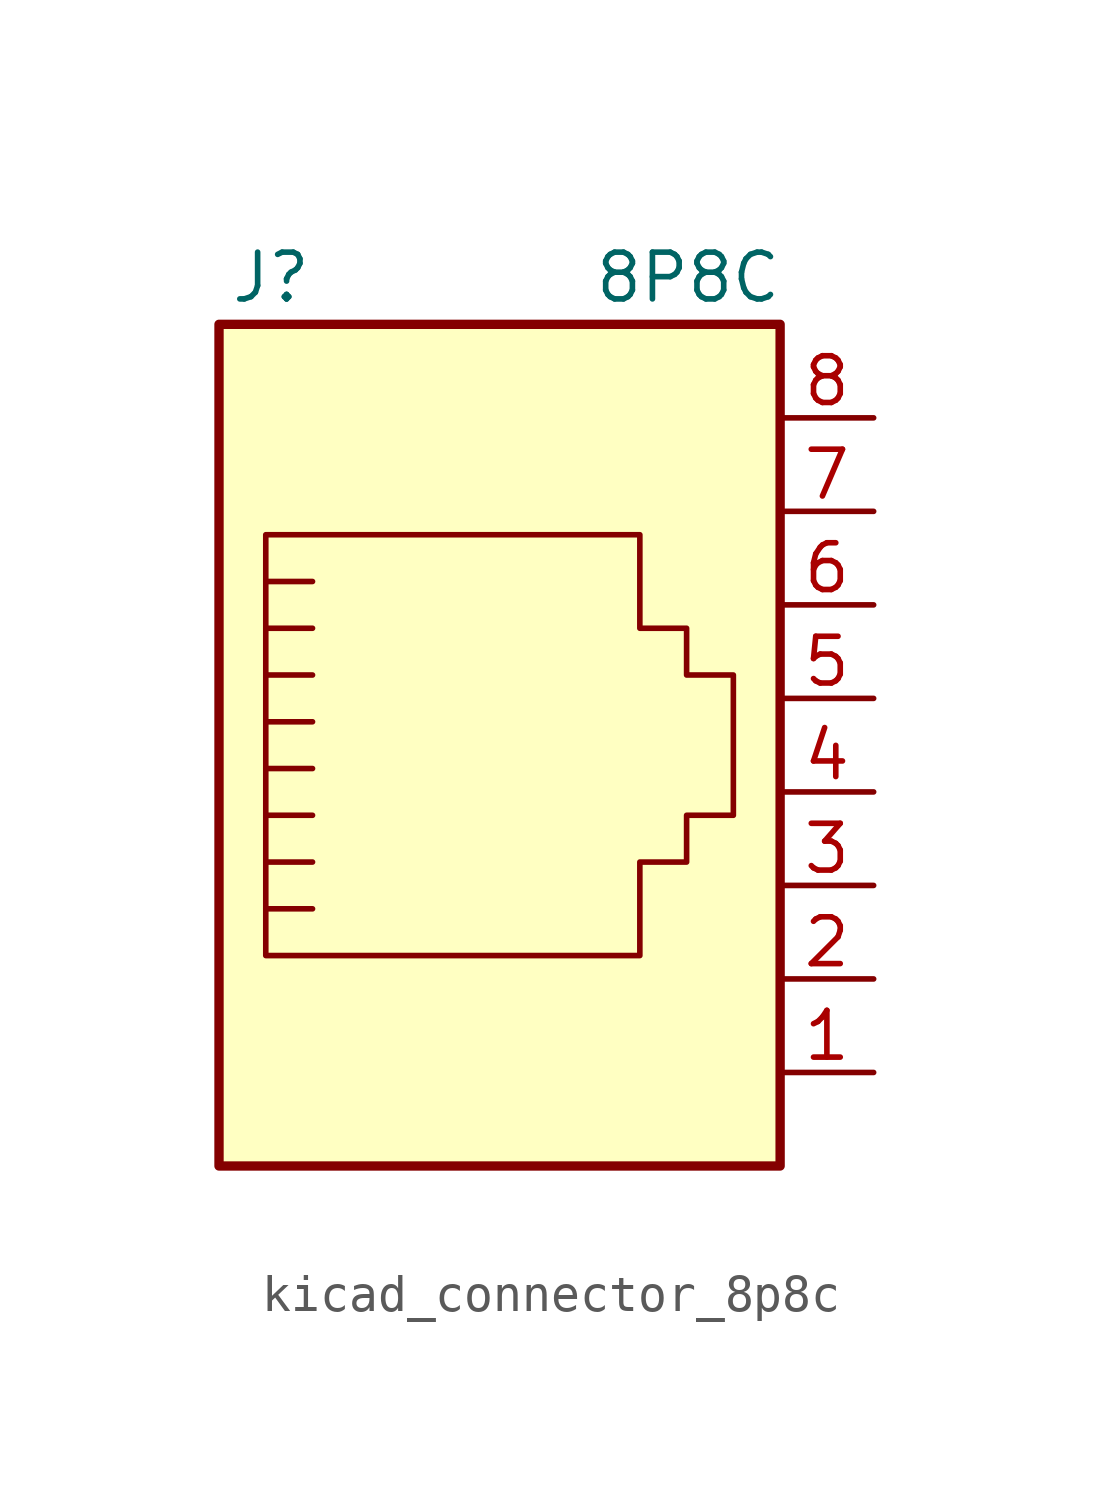
<source format=kicad_sym>
(kicad_symbol_lib
  (version 20220914)
  (generator kicad_symbol_editor)
  (symbol "kicad_connector_8p8c"
    (pin_names
      (offset 1.016))
    (property "Reference" "J"
      (at -5.08 13.97 0)
      (effects (font (size 1.27 1.27)) (justify right)))
    (property "Value" "8P8C"
      (at 2.54 13.97 0)
      (effects (font (size 1.27 1.27)) (justify left)))
    (symbol "kicad_connector_8p8c_0_1"
      (polyline (pts (xy -5.08 4.445) (xy -6.35 4.445)) (stroke (width 0) (type default)) (fill (type none)))
      (polyline (pts (xy -5.08 5.715) (xy -6.35 5.715)) (stroke (width 0) (type default)) (fill (type none)))
      (polyline (pts (xy -6.35 -3.175) (xy -5.08 -3.175) (xy -5.08 -3.175)) (stroke (width 0) (type default)) (fill (type none)))
      (polyline (pts (xy -6.35 -1.905) (xy -5.08 -1.905) (xy -5.08 -1.905)) (stroke (width 0) (type default)) (fill (type none)))
      (polyline (pts (xy -6.35 -0.635) (xy -5.08 -0.635) (xy -5.08 -0.635)) (stroke (width 0) (type default)) (fill (type none)))
      (polyline (pts (xy -6.35 0.635) (xy -5.08 0.635) (xy -5.08 0.635)) (stroke (width 0) (type default)) (fill (type none)))
      (polyline (pts (xy -6.35 1.905) (xy -5.08 1.905) (xy -5.08 1.905)) (stroke (width 0) (type default)) (fill (type none)))
      (polyline (pts (xy -5.08 3.175) (xy -6.35 3.175) (xy -6.35 3.175)) (stroke (width 0) (type default)) (fill (type none)))
      (polyline (pts (xy -6.35 -4.445) (xy -6.35 6.985) (xy 3.81 6.985) (xy 3.81 4.445) (xy 5.08 4.445) (xy 5.08 3.175) (xy 6.35 3.175) (xy 6.35 -0.635) (xy 5.08 -0.635) (xy 5.08 -1.905) (xy 3.81 -1.905) (xy 3.81 -4.445) (xy -6.35 -4.445) (xy -6.35 -4.445)) (stroke (width 0) (type default)) (fill (type none)))
      (rectangle (start 7.62 12.7) (end -7.62 -10.16) (stroke (width 0.254) (type default)) (fill (type background))))
    (symbol "kicad_connector_8p8c_1_1"
      (pin passive line (at 10.16 -7.62 180) (length 2.54) (name "~" (effects (font (size 1.27 1.27)))) (number "1" (effects (font (size 1.27 1.27)))))
      (pin passive line (at 10.16 -5.08 180) (length 2.54) (name "~" (effects (font (size 1.27 1.27)))) (number "2" (effects (font (size 1.27 1.27)))))
      (pin passive line (at 10.16 -2.54 180) (length 2.54) (name "~" (effects (font (size 1.27 1.27)))) (number "3" (effects (font (size 1.27 1.27)))))
      (pin passive line (at 10.16 0 180) (length 2.54) (name "~" (effects (font (size 1.27 1.27)))) (number "4" (effects (font (size 1.27 1.27)))))
      (pin passive line (at 10.16 2.54 180) (length 2.54) (name "~" (effects (font (size 1.27 1.27)))) (number "5" (effects (font (size 1.27 1.27)))))
      (pin passive line (at 10.16 5.08 180) (length 2.54) (name "~" (effects (font (size 1.27 1.27)))) (number "6" (effects (font (size 1.27 1.27)))))
      (pin passive line (at 10.16 7.62 180) (length 2.54) (name "~" (effects (font (size 1.27 1.27)))) (number "7" (effects (font (size 1.27 1.27)))))
      (pin passive line (at 10.16 10.16 180) (length 2.54) (name "~" (effects (font (size 1.27 1.27)))) (number "8" (effects (font (size 1.27 1.27))))))))
</source>
